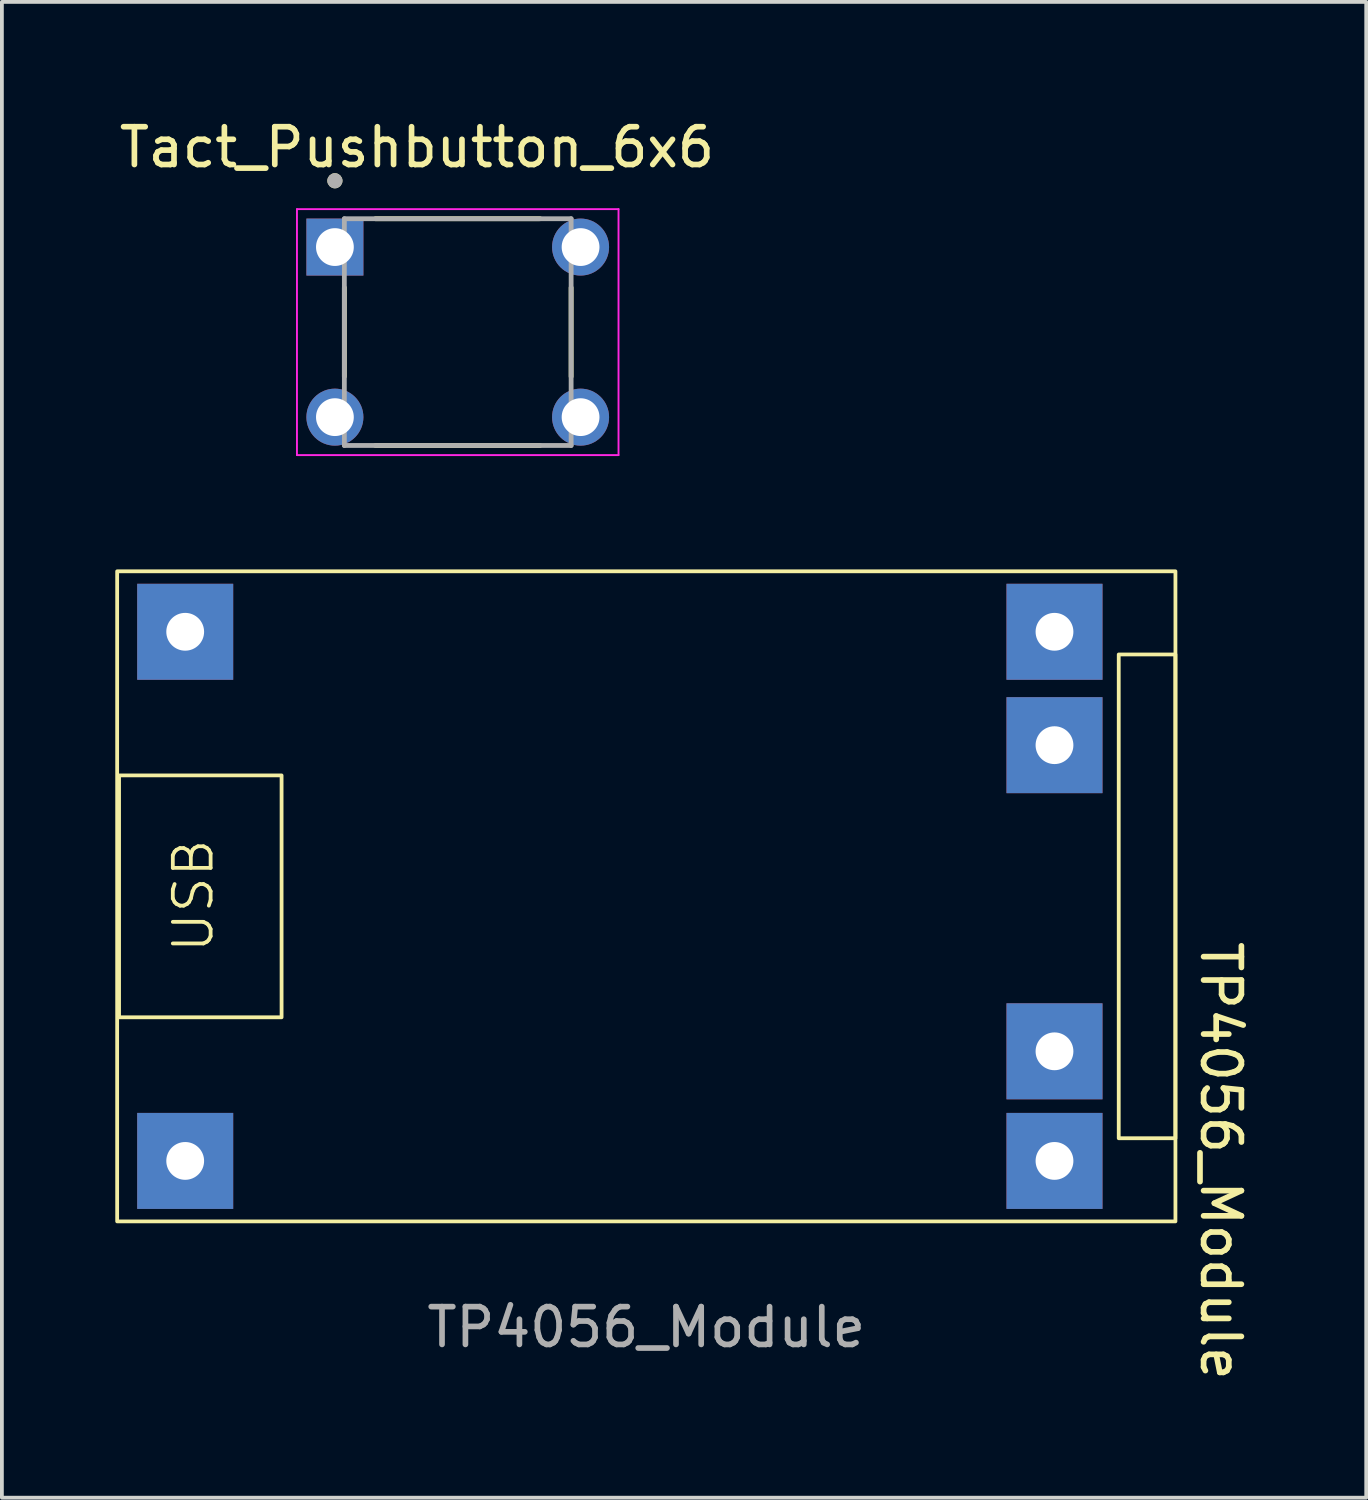
<source format=kicad_pcb>
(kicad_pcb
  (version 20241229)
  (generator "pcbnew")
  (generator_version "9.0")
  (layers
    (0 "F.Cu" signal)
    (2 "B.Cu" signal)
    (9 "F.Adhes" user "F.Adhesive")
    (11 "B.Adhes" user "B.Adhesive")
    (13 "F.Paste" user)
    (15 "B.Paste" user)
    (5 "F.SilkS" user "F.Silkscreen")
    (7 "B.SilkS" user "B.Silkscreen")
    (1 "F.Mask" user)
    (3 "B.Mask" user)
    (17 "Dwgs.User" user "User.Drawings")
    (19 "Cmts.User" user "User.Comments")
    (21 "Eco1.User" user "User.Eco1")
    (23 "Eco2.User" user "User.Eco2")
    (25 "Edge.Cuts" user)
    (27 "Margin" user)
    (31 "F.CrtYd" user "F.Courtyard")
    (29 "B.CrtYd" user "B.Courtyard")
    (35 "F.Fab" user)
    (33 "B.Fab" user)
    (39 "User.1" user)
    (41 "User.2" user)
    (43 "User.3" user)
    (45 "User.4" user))
  (footprint "Tact_Pushbutton_6x6"
    (layer "F.Cu")
    (at 9.061 5.737)
    (property "Reference" "Tact_Pushbutton_6x6" (at -1.079 -4.889 0) (layer "F.SilkS") (effects (font (size 1 1) (thickness 0.15))))
    (attr through_hole)
    (fp_line (start -3 -1.176) (end -3 1.176) (stroke (width 0.127) (type solid)) (layer "F.SilkS"))
    (fp_line (start -2.176 -3) (end 2.176 -3) (stroke (width 0.127) (type solid)) (layer "F.SilkS"))
    (fp_line (start -2.176 3) (end 2.176 3) (stroke (width 0.127) (type solid)) (layer "F.SilkS"))
    (fp_line (start 3 -1.176) (end 3 1.176) (stroke (width 0.127) (type solid)) (layer "F.SilkS"))
    (fp_circle (center -3.25 -4.004) (end -3.15 -4.004) (stroke (width 0.2) (type solid)) (fill no) (layer "F.SilkS"))
    (fp_line (start -4.254 -3.254) (end -4.254 3.254) (stroke (width 0.05) (type solid)) (layer "F.CrtYd"))
    (fp_line (start -4.254 3.254) (end 4.254 3.254) (stroke (width 0.05) (type solid)) (layer "F.CrtYd"))
    (fp_line (start 4.254 -3.254) (end -4.254 -3.254) (stroke (width 0.05) (type solid)) (layer "F.CrtYd"))
    (fp_line (start 4.254 3.254) (end 4.254 -3.254) (stroke (width 0.05) (type solid)) (layer "F.CrtYd"))
    (fp_line (start -3 -3) (end 3 -3) (stroke (width 0.127) (type solid)) (layer "F.Fab"))
    (fp_line (start -3 3) (end -3 -3) (stroke (width 0.127) (type solid)) (layer "F.Fab"))
    (fp_line (start 3 -3) (end 3 3) (stroke (width 0.127) (type solid)) (layer "F.Fab"))
    (fp_line (start 3 3) (end -3 3) (stroke (width 0.127) (type solid)) (layer "F.Fab"))
    (fp_circle (center -3.25 -4.004) (end -3.15 -4.004) (stroke (width 0.2) (type solid)) (fill no) (layer "F.Fab"))
    (pad "1" thru_hole rect (at -3.25 -2.25) (size 1.508 1.508) (drill 1) (layers "*.Cu" "*.Mask"))
    (pad "2" thru_hole circle (at 3.25 -2.25) (size 1.508 1.508) (drill 1) (layers "*.Cu" "*.Mask"))
    (pad "3" thru_hole circle (at -3.25 2.25) (size 1.508 1.508) (drill 1) (layers "*.Cu" "*.Mask"))
    (pad "4" thru_hole circle (at 3.25 2.25) (size 1.508 1.508) (drill 1) (layers "*.Cu" "*.Mask")))
  (footprint "TP4056_Module"
    (layer "F.Cu")
    (at 14.25 20.366)
    (property "Reference" "TP4056_Module" (at 15 7.3 270) (unlocked yes) (layer "F.SilkS") (effects (font (size 1 1) (thickness 0.15))))
    (attr through_hole)
    (fp_rect (start -14.2 -8.3) (end 13.8 8.9) (stroke (width 0.1) (type default)) (fill no) (layer "F.SilkS"))
    (fp_rect (start -14.15 -2.9) (end -9.85 3.5) (stroke (width 0.1) (type default)) (fill no) (layer "F.SilkS"))
    (fp_rect (start 12.3 -6.1) (end 13.8 6.7) (stroke (width 0.1) (type default)) (fill no) (layer "F.SilkS"))
    (fp_text user "USB" (at -11.6 1.85 90) (unlocked yes) (layer "F.SilkS") (effects (font (size 1 1) (thickness 0.1)) (justify left bottom)))
    (fp_text user "${REFERENCE}" (at -0.2 11.7 0) (unlocked yes) (layer "F.Fab") (effects (font (size 1 1) (thickness 0.15))))
    (pad "1" thru_hole rect (at -12.4 -6.7) (size 2.54 2.54) (drill 1) (layers "*.Cu" "*.Mask"))
    (pad "2" thru_hole rect (at -12.4 7.3) (size 2.54 2.54) (drill 1) (layers "*.Cu" "*.Mask"))
    (pad "3" thru_hole rect (at 10.6 -6.7) (size 2.54 2.54) (drill 1) (layers "*.Cu" "*.Mask"))
    (pad "4" thru_hole rect (at 10.6 7.3) (size 2.54 2.54) (drill 1) (layers "*.Cu" "*.Mask"))
    (pad "5" thru_hole rect (at 10.6 -3.7) (size 2.54 2.54) (drill 1) (layers "*.Cu" "*.Mask"))
    (pad "6" thru_hole rect (at 10.6 4.4) (size 2.54 2.54) (drill 1) (layers "*.Cu" "*.Mask")))
  (gr_rect
    (start -3 -3)
    (end 33.098 36.577)
    (stroke (width 0.1) (type default))
    (fill no)
    (layer "Edge.Cuts")))
</source>
